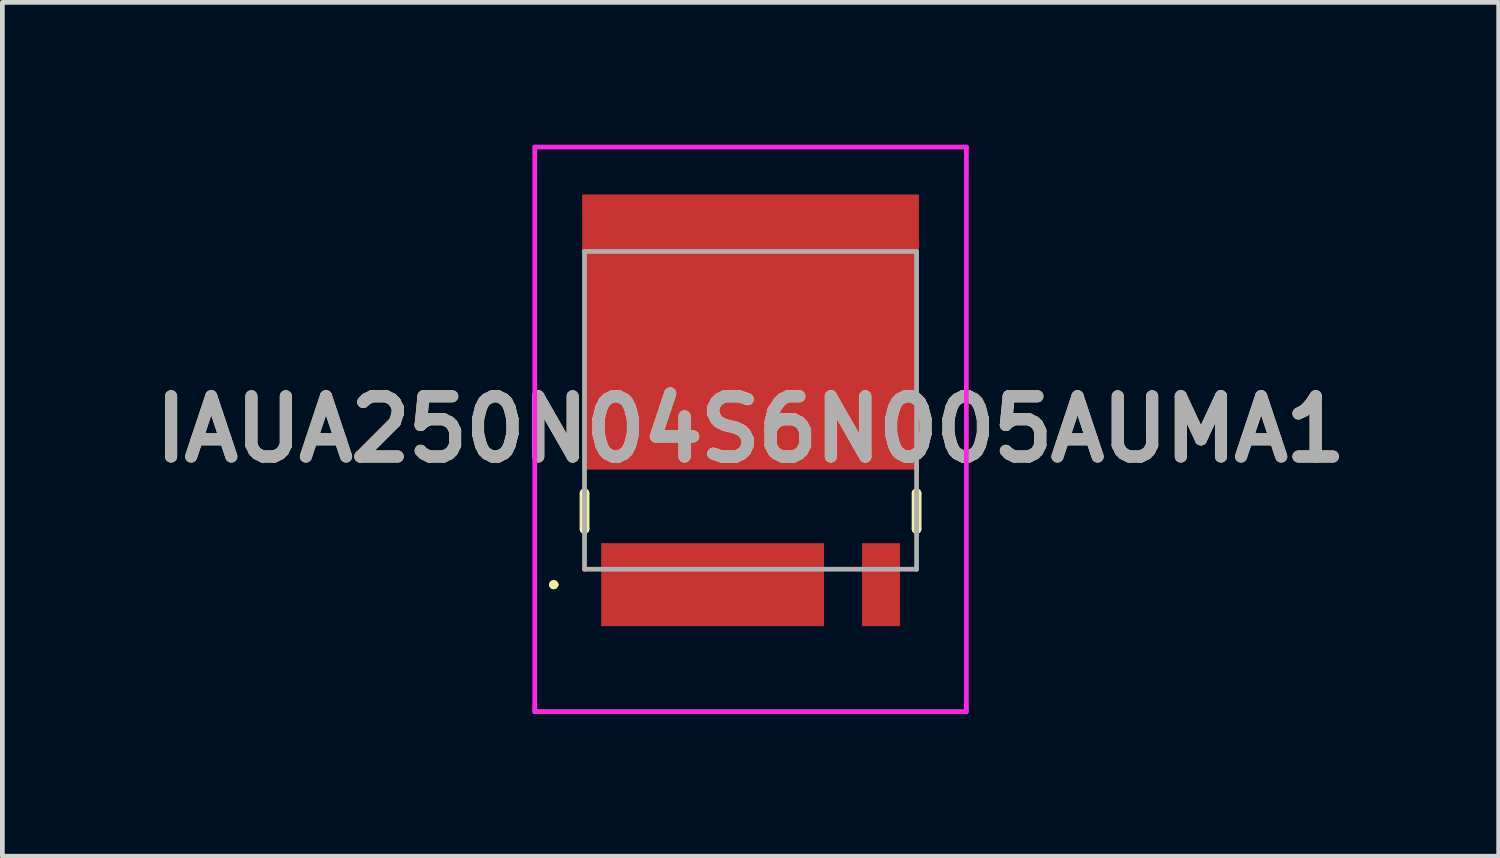
<source format=kicad_pcb>
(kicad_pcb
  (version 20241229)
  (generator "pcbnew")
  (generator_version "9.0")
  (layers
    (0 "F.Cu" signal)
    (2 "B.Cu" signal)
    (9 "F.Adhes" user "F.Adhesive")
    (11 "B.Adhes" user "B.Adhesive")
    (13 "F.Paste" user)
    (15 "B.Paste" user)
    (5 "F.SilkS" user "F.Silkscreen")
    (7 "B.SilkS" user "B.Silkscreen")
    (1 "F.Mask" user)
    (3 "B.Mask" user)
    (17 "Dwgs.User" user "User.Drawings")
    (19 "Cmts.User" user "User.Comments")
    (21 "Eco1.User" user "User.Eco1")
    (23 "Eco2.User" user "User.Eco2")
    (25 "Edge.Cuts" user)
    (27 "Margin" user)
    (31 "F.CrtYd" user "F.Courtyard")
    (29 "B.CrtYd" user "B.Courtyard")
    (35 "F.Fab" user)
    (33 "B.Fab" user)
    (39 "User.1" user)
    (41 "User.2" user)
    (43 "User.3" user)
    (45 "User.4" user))
  (footprint "IAUA250N04S6N005AUMA1"
    (layer "F.Cu")
    (at 12.773 5.601)
    (property "Reference" "IAUA250N04S6N005AUMA1" (at 0 0.399 0) (layer "F.SilkS") (effects (font (size 1.27 1.27) (thickness 0.254))))
    (attr smd)
    (fp_line (start -4.2 3.675) (end -4.2 3.675) (stroke (width 0.1) (type solid)) (layer "F.SilkS"))
    (fp_line (start -4.1 3.675) (end -4.1 3.675) (stroke (width 0.1) (type solid)) (layer "F.SilkS"))
    (fp_line (start -3.5 1.75) (end -3.5 1.75) (stroke (width 0.2) (type solid)) (layer "F.SilkS"))
    (fp_line (start -3.5 1.75) (end -3.5 2.5) (stroke (width 0.2) (type solid)) (layer "F.SilkS"))
    (fp_line (start -3.5 2.5) (end -3.5 1.75) (stroke (width 0.2) (type solid)) (layer "F.SilkS"))
    (fp_line (start -3.5 2.5) (end -3.5 2.5) (stroke (width 0.2) (type solid)) (layer "F.SilkS"))
    (fp_line (start 3.5 1.75) (end 3.5 1.75) (stroke (width 0.2) (type solid)) (layer "F.SilkS"))
    (fp_line (start 3.5 1.75) (end 3.5 2.5) (stroke (width 0.2) (type solid)) (layer "F.SilkS"))
    (fp_line (start 3.5 2.5) (end 3.5 1.75) (stroke (width 0.2) (type solid)) (layer "F.SilkS"))
    (fp_line (start 3.5 2.5) (end 3.5 2.5) (stroke (width 0.2) (type solid)) (layer "F.SilkS"))
    (fp_arc (start -4.2 3.675) (mid -4.15 3.625) (end -4.1 3.675) (stroke (width 0.1) (type solid)) (layer "F.SilkS"))
    (fp_arc (start -4.1 3.675) (mid -4.15 3.725) (end -4.2 3.675) (stroke (width 0.1) (type solid)) (layer "F.SilkS"))
    (fp_line (start -4.55 -5.551) (end 4.55 -5.551) (stroke (width 0.1) (type solid)) (layer "F.CrtYd"))
    (fp_line (start -4.55 6.35) (end -4.55 -5.551) (stroke (width 0.1) (type solid)) (layer "F.CrtYd"))
    (fp_line (start 4.55 -5.551) (end 4.55 6.35) (stroke (width 0.1) (type solid)) (layer "F.CrtYd"))
    (fp_line (start 4.55 6.35) (end -4.55 6.35) (stroke (width 0.1) (type solid)) (layer "F.CrtYd"))
    (fp_line (start -3.5 -3.35) (end -3.5 3.35) (stroke (width 0.1) (type solid)) (layer "F.Fab"))
    (fp_line (start -3.5 3.35) (end 3.5 3.35) (stroke (width 0.1) (type solid)) (layer "F.Fab"))
    (fp_line (start 3.5 -3.35) (end -3.5 -3.35) (stroke (width 0.1) (type solid)) (layer "F.Fab"))
    (fp_line (start 3.5 3.35) (end 3.5 -3.35) (stroke (width 0.1) (type solid)) (layer "F.Fab"))
    (fp_text user "${REFERENCE}" (at 0 0.399 0) (layer "F.Fab") (effects (font (size 1.27 1.27) (thickness 0.254))))
    (pad "1" smd rect (at -0.8 3.675 90) (size 1.75 4.7) (layers "F.Cu" "F.Mask" "F.Paste"))
    (pad "5" smd rect (at 2.75 3.675) (size 0.8 1.75) (layers "F.Cu" "F.Mask" "F.Paste"))
    (pad "6" smd rect (at 0 -1.651 90) (size 5.8 7.1) (layers "F.Cu" "F.Mask" "F.Paste")))
  (gr_rect
    (start -3 -3)
    (end 28.545 15.001)
    (stroke (width 0.1) (type default))
    (fill no)
    (layer "Edge.Cuts")))
</source>
